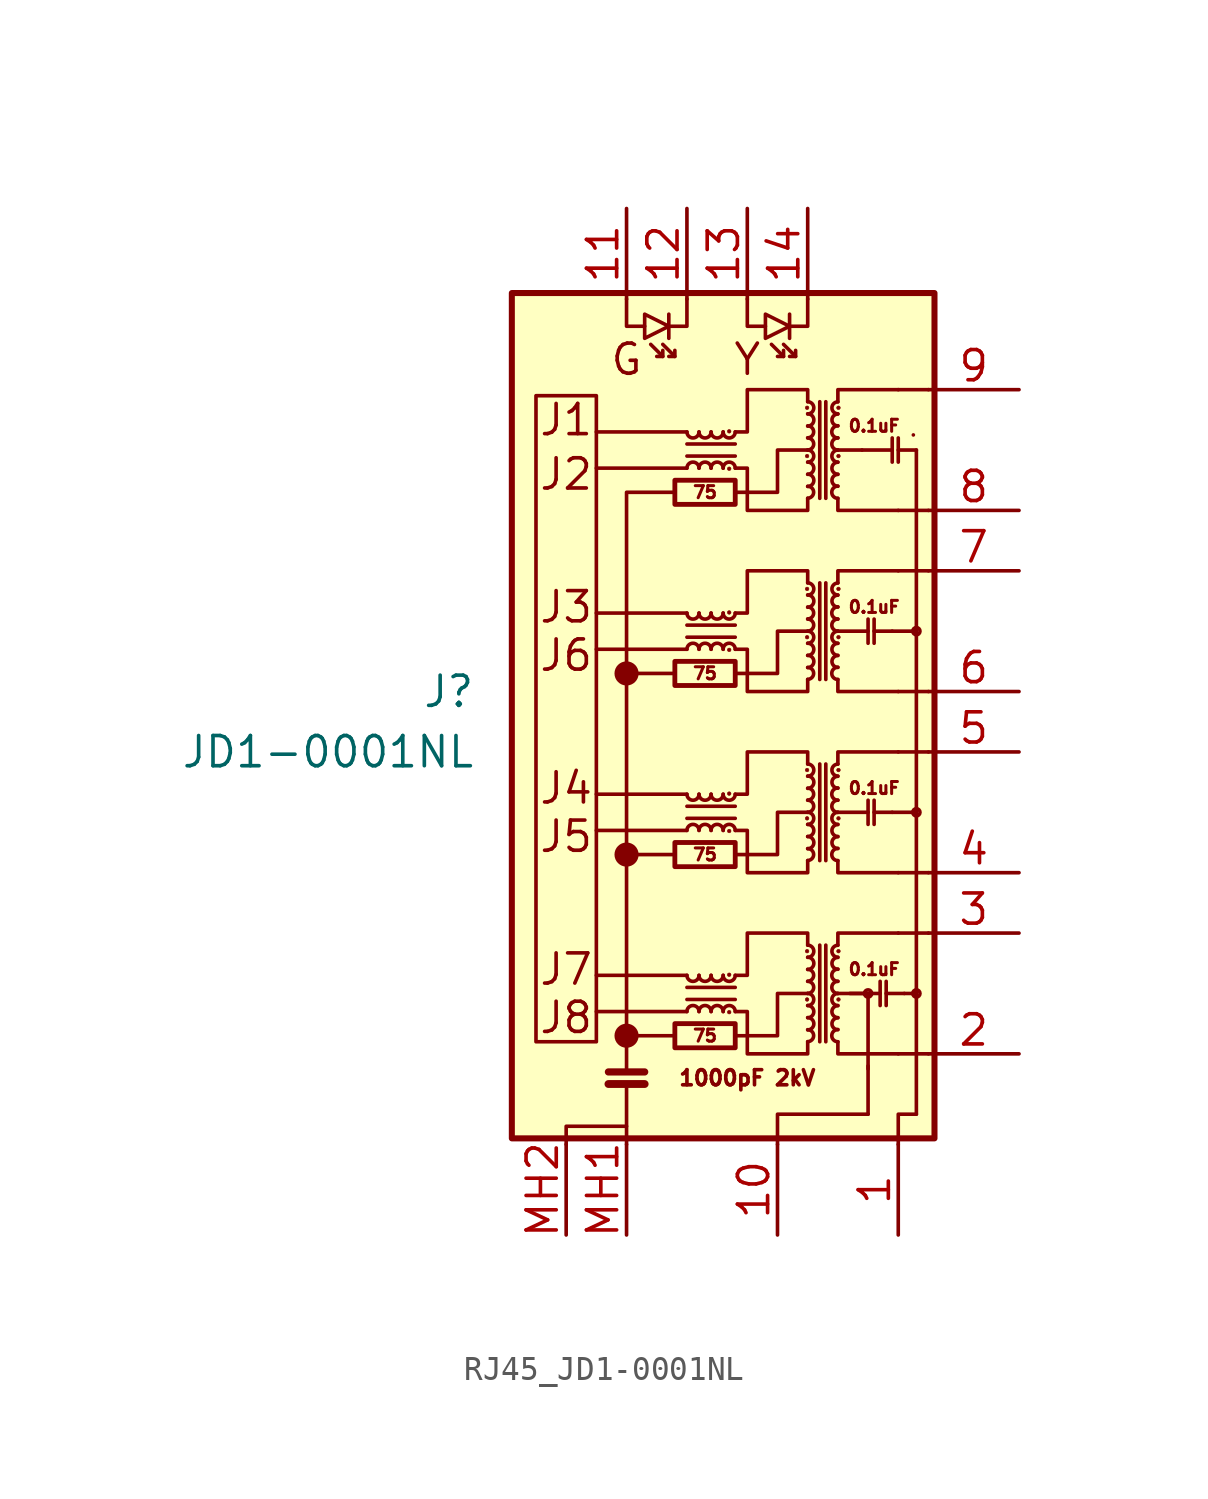
<source format=kicad_sym>
(kicad_symbol_lib
  (version 20231120)
  (generator "kicad_symbol_editor")
  (generator_version "8.0")
  (symbol "RJ45_JD1-0001NL"
    (pin_names hide)
    (property "Reference" "J"
      (at -8.89 2.54 0)
      (effects (font (size 1.27 1.27)) (justify right)))
    (property "Value" "JD1-0001NL"
      (at -8.89 0.0001 0)
      (effects (font (size 1.27 1.27)) (justify right)))
    (symbol "RJ45_JD1-0001NL_0_0"
      (circle (center -2.54 -11.938) (radius 0.0001) (stroke (width 0.508) (type default)) (fill (type none)))
      (circle (center -2.54 -4.318) (radius 0.0001) (stroke (width 0.508) (type default)) (fill (type none)))
      (circle (center -2.54 3.302) (radius 0.0001) (stroke (width 0.508) (type default)) (fill (type none)))
      (polyline (pts (xy -0.508 -11.938) (xy -2.54 -11.938)) (stroke (width 0) (type default)) (fill (type none)))
      (polyline (pts (xy 0 -10.922) (xy -3.81 -10.922)) (stroke (width 0) (type default)) (fill (type none)))
      (polyline (pts (xy 0 -9.398) (xy -3.81 -9.398)) (stroke (width 0) (type default)) (fill (type none)))
      (polyline (pts (xy 0 -3.302) (xy -3.81 -3.302)) (stroke (width 0) (type default)) (fill (type none)))
      (polyline (pts (xy 0 -1.778) (xy -3.81 -1.778)) (stroke (width 0) (type default)) (fill (type none)))
      (polyline (pts (xy 0 4.318) (xy -3.81 4.318)) (stroke (width 0) (type default)) (fill (type none)))
      (polyline (pts (xy 0 5.842) (xy -3.81 5.842)) (stroke (width 0) (type default)) (fill (type none)))
      (polyline (pts (xy 0 11.938) (xy -3.81 11.938)) (stroke (width 0) (type default)) (fill (type none)))
      (polyline (pts (xy 0 13.462) (xy -3.81 13.462)) (stroke (width 0) (type default)) (fill (type none)))
      (polyline (pts (xy 7.62 -10.16) (xy 6.35 -10.16)) (stroke (width 0) (type default)) (fill (type none)))
      (polyline (pts (xy 2.032 -11.938) (xy 3.81 -11.938) (xy 3.81 -10.16) (xy 5.08 -10.16)) (stroke (width 0) (type default)) (fill (type none)))
      (polyline (pts (xy 2.032 -4.318) (xy 3.81 -4.318) (xy 3.81 -2.54) (xy 5.08 -2.54)) (stroke (width 0) (type default)) (fill (type none)))
      (polyline (pts (xy 2.032 3.302) (xy 3.81 3.302) (xy 3.81 5.08) (xy 5.08 5.08)) (stroke (width 0) (type default)) (fill (type none)))
      (polyline (pts (xy 2.032 10.922) (xy 3.81 10.922) (xy 3.81 12.7) (xy 5.08 12.7)) (stroke (width 0) (type default)) (fill (type none)))
      (text "1000pF 2kV" (at 2.54 -13.716 0) (effects (font (size 0.635 0.635))))
      (text "G" (at -2.54 16.51 0) (effects (font (size 1.27 1.27))))
      (text "Y" (at 2.54 16.51 0) (effects (font (size 1.27 1.27)))))
    (symbol "RJ45_JD1-0001NL_0_1"
      (rectangle (start -7.366 19.304) (end 10.414 -16.256) (stroke (width 0.254) (type default)) (fill (type background)))
      (rectangle (start -6.35 14.986) (end -3.81 -12.192) (stroke (width 0) (type default)) (fill (type none)))
      (rectangle (start -0.508 -12.446) (end 2.032 -11.43) (stroke (width 0.203) (type default)) (fill (type none)))
      (rectangle (start -0.508 -4.826) (end 2.032 -3.81) (stroke (width 0.203) (type default)) (fill (type none)))
      (rectangle (start -0.508 2.794) (end 2.032 3.81) (stroke (width 0.203) (type default)) (fill (type none)))
      (rectangle (start -0.508 10.414) (end 2.032 11.43) (stroke (width 0.203) (type default)) (fill (type none)))
      (arc (start 0 -9.398) (mid 0.254 -9.6509) (end 0.508 -9.398) (stroke (width 0) (type default)) (fill (type none)))
      (arc (start 0 -1.778) (mid 0.254 -2.0309) (end 0.508 -1.778) (stroke (width 0) (type default)) (fill (type none)))
      (polyline (pts (xy -3.302 -13.97) (xy -1.778 -13.97)) (stroke (width 0.33) (type default)) (fill (type none)))
      (polyline (pts (xy -3.302 -13.462) (xy -1.778 -13.462)) (stroke (width 0.305) (type default)) (fill (type none)))
      (polyline (pts (xy -2.54 -16.51) (xy -2.54 -13.97)) (stroke (width 0) (type default)) (fill (type none)))
      (polyline (pts (xy -2.54 3.302) (xy -0.508 3.302)) (stroke (width 0) (type default)) (fill (type none)))
      (polyline (pts (xy -1.016 16.637) (xy -1.524 17.145)) (stroke (width 0) (type default)) (fill (type none)))
      (polyline (pts (xy -0.762 18.415) (xy -0.762 17.399)) (stroke (width 0) (type default)) (fill (type none)))
      (polyline (pts (xy -0.508 -4.318) (xy -2.54 -4.318)) (stroke (width 0) (type default)) (fill (type none)))
      (polyline (pts (xy -0.508 16.637) (xy -1.016 17.145)) (stroke (width 0) (type default)) (fill (type none)))
      (polyline (pts (xy 0 -10.414) (xy 2.032 -10.414)) (stroke (width 0) (type default)) (fill (type none)))
      (polyline (pts (xy 0 -2.794) (xy 2.032 -2.794)) (stroke (width 0) (type default)) (fill (type none)))
      (polyline (pts (xy 0 4.826) (xy 2.032 4.826)) (stroke (width 0) (type default)) (fill (type none)))
      (polyline (pts (xy 0 12.446) (xy 2.032 12.446)) (stroke (width 0) (type default)) (fill (type none)))
      (polyline (pts (xy 2.032 -9.906) (xy 0 -9.906)) (stroke (width 0) (type default)) (fill (type none)))
      (polyline (pts (xy 2.032 -2.286) (xy 0 -2.286)) (stroke (width 0) (type default)) (fill (type none)))
      (polyline (pts (xy 2.032 5.334) (xy 0 5.334)) (stroke (width 0) (type default)) (fill (type none)))
      (polyline (pts (xy 2.032 12.954) (xy 0 12.954)) (stroke (width 0) (type default)) (fill (type none)))
      (polyline (pts (xy 4.064 16.637) (xy 3.556 17.145)) (stroke (width 0) (type default)) (fill (type none)))
      (polyline (pts (xy 4.318 18.415) (xy 4.318 17.399)) (stroke (width 0) (type default)) (fill (type none)))
      (polyline (pts (xy 4.572 16.637) (xy 4.064 17.145)) (stroke (width 0) (type default)) (fill (type none)))
      (polyline (pts (xy 5.588 -8.128) (xy 5.588 -12.192)) (stroke (width 0) (type default)) (fill (type none)))
      (polyline (pts (xy 5.588 -0.508) (xy 5.588 -4.572)) (stroke (width 0) (type default)) (fill (type none)))
      (polyline (pts (xy 5.588 7.112) (xy 5.588 3.048)) (stroke (width 0) (type default)) (fill (type none)))
      (polyline (pts (xy 5.588 14.732) (xy 5.588 10.668)) (stroke (width 0) (type default)) (fill (type none)))
      (polyline (pts (xy 5.842 -12.192) (xy 5.842 -8.128)) (stroke (width 0) (type default)) (fill (type none)))
      (polyline (pts (xy 5.842 -4.572) (xy 5.842 -0.508)) (stroke (width 0) (type default)) (fill (type none)))
      (polyline (pts (xy 5.842 3.048) (xy 5.842 7.112)) (stroke (width 0) (type default)) (fill (type none)))
      (polyline (pts (xy 5.842 10.668) (xy 5.842 14.732)) (stroke (width 0) (type default)) (fill (type none)))
      (polyline (pts (xy -2.54 -13.462) (xy -2.54 10.922) (xy -0.508 10.922)) (stroke (width 0) (type default)) (fill (type none)))
      (polyline (pts (xy -2.54 19.05) (xy -2.54 17.907) (xy -1.778 17.907)) (stroke (width 0) (type default)) (fill (type none)))
      (polyline (pts (xy -1.016 16.891) (xy -1.016 16.637) (xy -1.27 16.637)) (stroke (width 0) (type default)) (fill (type none)))
      (polyline (pts (xy -0.508 16.891) (xy -0.508 16.637) (xy -0.762 16.637)) (stroke (width 0) (type default)) (fill (type none)))
      (polyline (pts (xy 0 19.05) (xy 0 17.907) (xy -0.762 17.907)) (stroke (width 0) (type default)) (fill (type none)))
      (polyline (pts (xy 2.54 19.05) (xy 2.54 17.907) (xy 3.302 17.907)) (stroke (width 0) (type default)) (fill (type none)))
      (polyline (pts (xy 4.064 16.891) (xy 4.064 16.637) (xy 3.81 16.637)) (stroke (width 0) (type default)) (fill (type none)))
      (polyline (pts (xy 4.572 16.891) (xy 4.572 16.637) (xy 4.318 16.637)) (stroke (width 0) (type default)) (fill (type none)))
      (polyline (pts (xy 5.08 19.05) (xy 5.08 17.907) (xy 4.318 17.907)) (stroke (width 0) (type default)) (fill (type none)))
      (polyline (pts (xy 6.35 -12.192) (xy 6.35 -12.7) (xy 8.89 -12.7)) (stroke (width 0) (type default)) (fill (type none)))
      (polyline (pts (xy 6.35 -8.128) (xy 6.35 -7.62) (xy 8.89 -7.62)) (stroke (width 0) (type default)) (fill (type none)))
      (polyline (pts (xy 6.35 -4.572) (xy 6.35 -5.08) (xy 8.89 -5.08)) (stroke (width 0) (type default)) (fill (type none)))
      (polyline (pts (xy 6.35 -0.508) (xy 6.35 0) (xy 8.89 0)) (stroke (width 0) (type default)) (fill (type none)))
      (polyline (pts (xy 6.35 3.048) (xy 6.35 2.54) (xy 8.89 2.54)) (stroke (width 0) (type default)) (fill (type none)))
      (polyline (pts (xy 6.35 7.112) (xy 6.35 7.62) (xy 8.89 7.62)) (stroke (width 0) (type default)) (fill (type none)))
      (polyline (pts (xy 6.35 10.668) (xy 6.35 10.16) (xy 8.89 10.16)) (stroke (width 0) (type default)) (fill (type none)))
      (polyline (pts (xy 6.35 14.732) (xy 6.35 15.24) (xy 8.89 15.24)) (stroke (width 0) (type default)) (fill (type none)))
      (polyline (pts (xy -0.762 17.907) (xy -1.778 18.415) (xy -1.778 17.399) (xy -0.762 17.907)) (stroke (width 0) (type default)) (fill (type none)))
      (polyline (pts (xy 4.318 17.907) (xy 3.302 18.415) (xy 3.302 17.399) (xy 4.318 17.907)) (stroke (width 0) (type default)) (fill (type none)))
      (polyline (pts (xy 2.032 -9.398) (xy 2.54 -9.398) (xy 2.54 -7.62) (xy 5.08 -7.62) (xy 5.08 -8.128)) (stroke (width 0) (type default)) (fill (type none)))
      (polyline (pts (xy 2.032 -1.778) (xy 2.54 -1.778) (xy 2.54 0) (xy 5.08 0) (xy 5.08 -0.508)) (stroke (width 0) (type default)) (fill (type none)))
      (polyline (pts (xy 2.032 5.842) (xy 2.54 5.842) (xy 2.54 7.62) (xy 5.08 7.62) (xy 5.08 7.112)) (stroke (width 0) (type default)) (fill (type none)))
      (polyline (pts (xy 2.032 13.462) (xy 2.54 13.462) (xy 2.54 15.24) (xy 5.08 15.24) (xy 5.08 14.732)) (stroke (width 0) (type default)) (fill (type none)))
      (polyline (pts (xy 5.08 -12.192) (xy 5.08 -12.7) (xy 2.54 -12.7) (xy 2.54 -10.922) (xy 2.032 -10.922)) (stroke (width 0) (type default)) (fill (type none)))
      (polyline (pts (xy 5.08 -4.572) (xy 5.08 -5.08) (xy 2.54 -5.08) (xy 2.54 -3.302) (xy 2.032 -3.302)) (stroke (width 0) (type default)) (fill (type none)))
      (polyline (pts (xy 5.08 3.048) (xy 5.08 2.54) (xy 2.54 2.54) (xy 2.54 4.318) (xy 2.032 4.318)) (stroke (width 0) (type default)) (fill (type none)))
      (polyline (pts (xy 5.08 10.668) (xy 5.08 10.16) (xy 2.54 10.16) (xy 2.54 11.938) (xy 2.032 11.938)) (stroke (width 0) (type default)) (fill (type none)))
      (arc (start 0 5.842) (mid 0.254 5.5891) (end 0.508 5.842) (stroke (width 0) (type default)) (fill (type none)))
      (arc (start 0 13.462) (mid 0.254 13.2091) (end 0.508 13.462) (stroke (width 0) (type default)) (fill (type none)))
      (arc (start 0.508 -10.922) (mid 0.254 -10.6691) (end 0 -10.922) (stroke (width 0) (type default)) (fill (type none)))
      (arc (start 0.508 -9.398) (mid 0.762 -9.6509) (end 1.016 -9.398) (stroke (width 0) (type default)) (fill (type none)))
      (arc (start 0.508 -3.302) (mid 0.254 -3.0491) (end 0 -3.302) (stroke (width 0) (type default)) (fill (type none)))
      (arc (start 0.508 -1.778) (mid 0.762 -2.0309) (end 1.016 -1.778) (stroke (width 0) (type default)) (fill (type none)))
      (arc (start 0.508 4.318) (mid 0.254 4.5709) (end 0 4.318) (stroke (width 0) (type default)) (fill (type none)))
      (arc (start 0.508 5.842) (mid 0.762 5.5891) (end 1.016 5.842) (stroke (width 0) (type default)) (fill (type none)))
      (arc (start 0.508 11.938) (mid 0.254 12.1909) (end 0 11.938) (stroke (width 0) (type default)) (fill (type none)))
      (arc (start 0.508 13.462) (mid 0.762 13.2091) (end 1.016 13.462) (stroke (width 0) (type default)) (fill (type none)))
      (arc (start 1.016 -10.922) (mid 0.762 -10.6691) (end 0.508 -10.922) (stroke (width 0) (type default)) (fill (type none)))
      (arc (start 1.016 -9.398) (mid 1.27 -9.6509) (end 1.524 -9.398) (stroke (width 0) (type default)) (fill (type none)))
      (arc (start 1.016 -3.302) (mid 0.762 -3.0491) (end 0.508 -3.302) (stroke (width 0) (type default)) (fill (type none)))
      (arc (start 1.016 -1.778) (mid 1.27 -2.0309) (end 1.524 -1.778) (stroke (width 0) (type default)) (fill (type none)))
      (arc (start 1.016 4.318) (mid 0.762 4.5709) (end 0.508 4.318) (stroke (width 0) (type default)) (fill (type none)))
      (arc (start 1.016 5.842) (mid 1.27 5.5891) (end 1.524 5.842) (stroke (width 0) (type default)) (fill (type none)))
      (arc (start 1.016 11.938) (mid 0.762 12.1909) (end 0.508 11.938) (stroke (width 0) (type default)) (fill (type none)))
      (arc (start 1.016 13.462) (mid 1.27 13.2091) (end 1.524 13.462) (stroke (width 0) (type default)) (fill (type none)))
      (arc (start 1.524 -10.922) (mid 1.27 -10.6691) (end 1.016 -10.922) (stroke (width 0) (type default)) (fill (type none)))
      (arc (start 1.524 -9.398) (mid 1.778 -9.6509) (end 2.032 -9.398) (stroke (width 0) (type default)) (fill (type none)))
      (arc (start 1.524 -3.302) (mid 1.27 -3.0491) (end 1.016 -3.302) (stroke (width 0) (type default)) (fill (type none)))
      (arc (start 1.524 -1.778) (mid 1.778 -2.0309) (end 2.032 -1.778) (stroke (width 0) (type default)) (fill (type none)))
      (arc (start 1.524 4.318) (mid 1.27 4.5709) (end 1.016 4.318) (stroke (width 0) (type default)) (fill (type none)))
      (arc (start 1.524 5.842) (mid 1.778 5.5891) (end 2.032 5.842) (stroke (width 0) (type default)) (fill (type none)))
      (arc (start 1.524 11.938) (mid 1.27 12.1909) (end 1.016 11.938) (stroke (width 0) (type default)) (fill (type none)))
      (arc (start 1.524 13.462) (mid 1.778 13.2091) (end 2.032 13.462) (stroke (width 0) (type default)) (fill (type none)))
      (circle (center 1.778 -10.947) (radius 0.076) (stroke (width 0.025) (type default)) (fill (type outline)))
      (circle (center 1.778 -9.373) (radius 0.076) (stroke (width 0.025) (type default)) (fill (type outline)))
      (circle (center 1.778 -3.327) (radius 0.076) (stroke (width 0.025) (type default)) (fill (type outline)))
      (circle (center 1.778 -1.753) (radius 0.076) (stroke (width 0.025) (type default)) (fill (type outline)))
      (circle (center 1.778 4.293) (radius 0.076) (stroke (width 0.025) (type default)) (fill (type outline)))
      (circle (center 1.778 5.867) (radius 0.076) (stroke (width 0.025) (type default)) (fill (type outline)))
      (circle (center 1.778 11.913) (radius 0.076) (stroke (width 0.025) (type default)) (fill (type outline)))
      (circle (center 1.778 13.487) (radius 0.076) (stroke (width 0.025) (type default)) (fill (type outline)))
      (arc (start 2.032 -10.922) (mid 1.778 -10.6691) (end 1.524 -10.922) (stroke (width 0) (type default)) (fill (type none)))
      (arc (start 2.032 -3.302) (mid 1.778 -3.0491) (end 1.524 -3.302) (stroke (width 0) (type default)) (fill (type none)))
      (arc (start 2.032 4.318) (mid 1.778 4.5709) (end 1.524 4.318) (stroke (width 0) (type default)) (fill (type none)))
      (arc (start 2.032 11.938) (mid 1.778 12.1909) (end 1.524 11.938) (stroke (width 0) (type default)) (fill (type none)))
      (circle (center 5.055 -10.414) (radius 0.076) (stroke (width 0.025) (type default)) (fill (type outline)))
      (circle (center 5.055 -8.382) (radius 0.076) (stroke (width 0.025) (type default)) (fill (type outline)))
      (circle (center 5.055 -2.794) (radius 0.076) (stroke (width 0.025) (type default)) (fill (type outline)))
      (circle (center 5.055 -0.762) (radius 0.076) (stroke (width 0.025) (type default)) (fill (type outline)))
      (circle (center 5.055 4.826) (radius 0.076) (stroke (width 0.025) (type default)) (fill (type outline)))
      (circle (center 5.055 6.858) (radius 0.076) (stroke (width 0.025) (type default)) (fill (type outline)))
      (circle (center 5.055 12.446) (radius 0.076) (stroke (width 0.025) (type default)) (fill (type outline)))
      (circle (center 5.055 14.478) (radius 0.076) (stroke (width 0.025) (type default)) (fill (type outline)))
      (arc (start 5.08 -12.192) (mid 5.3329 -11.938) (end 5.08 -11.684) (stroke (width 0) (type default)) (fill (type none)))
      (arc (start 5.08 -11.684) (mid 5.3328 -11.43) (end 5.08 -11.176) (stroke (width 0) (type default)) (fill (type none)))
      (arc (start 5.08 -11.176) (mid 5.3329 -10.922) (end 5.08 -10.668) (stroke (width 0) (type default)) (fill (type none)))
      (arc (start 5.08 -10.668) (mid 5.3329 -10.414) (end 5.08 -10.16) (stroke (width 0) (type default)) (fill (type none)))
      (arc (start 5.08 -10.16) (mid 5.3329 -9.906) (end 5.08 -9.652) (stroke (width 0) (type default)) (fill (type none)))
      (arc (start 5.08 -9.652) (mid 5.3329 -9.398) (end 5.08 -9.144) (stroke (width 0) (type default)) (fill (type none)))
      (arc (start 5.08 -9.144) (mid 5.3328 -8.89) (end 5.08 -8.636) (stroke (width 0) (type default)) (fill (type none)))
      (arc (start 5.08 -8.636) (mid 5.3329 -8.382) (end 5.08 -8.128) (stroke (width 0) (type default)) (fill (type none)))
      (arc (start 5.08 -4.572) (mid 5.3329 -4.318) (end 5.08 -4.064) (stroke (width 0) (type default)) (fill (type none)))
      (arc (start 5.08 -4.064) (mid 5.3328 -3.81) (end 5.08 -3.556) (stroke (width 0) (type default)) (fill (type none)))
      (arc (start 5.08 -3.556) (mid 5.3329 -3.302) (end 5.08 -3.048) (stroke (width 0) (type default)) (fill (type none)))
      (arc (start 5.08 -3.048) (mid 5.3329 -2.794) (end 5.08 -2.54) (stroke (width 0) (type default)) (fill (type none)))
      (arc (start 5.08 -2.54) (mid 5.3329 -2.286) (end 5.08 -2.032) (stroke (width 0) (type default)) (fill (type none)))
      (arc (start 5.08 -2.032) (mid 5.3329 -1.778) (end 5.08 -1.524) (stroke (width 0) (type default)) (fill (type none)))
      (arc (start 5.08 -1.524) (mid 5.3328 -1.27) (end 5.08 -1.016) (stroke (width 0) (type default)) (fill (type none)))
      (arc (start 5.08 -1.016) (mid 5.3329 -0.762) (end 5.08 -0.508) (stroke (width 0) (type default)) (fill (type none)))
      (arc (start 5.08 3.048) (mid 5.3329 3.302) (end 5.08 3.556) (stroke (width 0) (type default)) (fill (type none)))
      (arc (start 5.08 3.556) (mid 5.3328 3.81) (end 5.08 4.064) (stroke (width 0) (type default)) (fill (type none)))
      (arc (start 5.08 4.064) (mid 5.3329 4.318) (end 5.08 4.572) (stroke (width 0) (type default)) (fill (type none)))
      (arc (start 5.08 4.572) (mid 5.3329 4.826) (end 5.08 5.08) (stroke (width 0) (type default)) (fill (type none)))
      (arc (start 5.08 5.08) (mid 5.3329 5.334) (end 5.08 5.588) (stroke (width 0) (type default)) (fill (type none)))
      (arc (start 5.08 5.588) (mid 5.3329 5.842) (end 5.08 6.096) (stroke (width 0) (type default)) (fill (type none)))
      (arc (start 5.08 6.096) (mid 5.3328 6.35) (end 5.08 6.604) (stroke (width 0) (type default)) (fill (type none)))
      (arc (start 5.08 6.604) (mid 5.3329 6.858) (end 5.08 7.112) (stroke (width 0) (type default)) (fill (type none)))
      (arc (start 5.08 10.668) (mid 5.3329 10.922) (end 5.08 11.176) (stroke (width 0) (type default)) (fill (type none)))
      (arc (start 5.08 11.176) (mid 5.3328 11.43) (end 5.08 11.684) (stroke (width 0) (type default)) (fill (type none)))
      (arc (start 5.08 11.684) (mid 5.3329 11.938) (end 5.08 12.192) (stroke (width 0) (type default)) (fill (type none)))
      (arc (start 5.08 12.192) (mid 5.3329 12.446) (end 5.08 12.7) (stroke (width 0) (type default)) (fill (type none)))
      (arc (start 5.08 12.7) (mid 5.3329 12.954) (end 5.08 13.208) (stroke (width 0) (type default)) (fill (type none)))
      (arc (start 5.08 13.208) (mid 5.3329 13.462) (end 5.08 13.716) (stroke (width 0) (type default)) (fill (type none)))
      (arc (start 5.08 13.716) (mid 5.3328 13.97) (end 5.08 14.224) (stroke (width 0) (type default)) (fill (type none)))
      (arc (start 5.08 14.224) (mid 5.3329 14.478) (end 5.08 14.732) (stroke (width 0) (type default)) (fill (type none)))
      (arc (start 6.35 -11.684) (mid 6.0971 -11.938) (end 6.35 -12.192) (stroke (width 0) (type default)) (fill (type none)))
      (arc (start 6.35 -11.176) (mid 6.0971 -11.43) (end 6.35 -11.684) (stroke (width 0) (type default)) (fill (type none)))
      (arc (start 6.35 -10.668) (mid 6.0971 -10.922) (end 6.35 -11.176) (stroke (width 0) (type default)) (fill (type none)))
      (arc (start 6.35 -10.16) (mid 6.0971 -10.414) (end 6.35 -10.668) (stroke (width 0) (type default)) (fill (type none)))
      (arc (start 6.35 -9.652) (mid 6.0971 -9.906) (end 6.35 -10.16) (stroke (width 0) (type default)) (fill (type none)))
      (arc (start 6.35 -9.144) (mid 6.0971 -9.398) (end 6.35 -9.652) (stroke (width 0) (type default)) (fill (type none)))
      (arc (start 6.35 -8.636) (mid 6.0971 -8.89) (end 6.35 -9.144) (stroke (width 0) (type default)) (fill (type none)))
      (arc (start 6.35 -8.128) (mid 6.0971 -8.382) (end 6.35 -8.636) (stroke (width 0) (type default)) (fill (type none)))
      (arc (start 6.35 -4.064) (mid 6.0971 -4.318) (end 6.35 -4.572) (stroke (width 0) (type default)) (fill (type none)))
      (arc (start 6.35 -3.556) (mid 6.0971 -3.81) (end 6.35 -4.064) (stroke (width 0) (type default)) (fill (type none)))
      (arc (start 6.35 -3.048) (mid 6.0971 -3.302) (end 6.35 -3.556) (stroke (width 0) (type default)) (fill (type none)))
      (arc (start 6.35 -2.54) (mid 6.0971 -2.794) (end 6.35 -3.048) (stroke (width 0) (type default)) (fill (type none)))
      (arc (start 6.35 -2.032) (mid 6.0971 -2.286) (end 6.35 -2.54) (stroke (width 0) (type default)) (fill (type none)))
      (arc (start 6.35 -1.524) (mid 6.0971 -1.778) (end 6.35 -2.032) (stroke (width 0) (type default)) (fill (type none)))
      (arc (start 6.35 -1.016) (mid 6.0971 -1.27) (end 6.35 -1.524) (stroke (width 0) (type default)) (fill (type none)))
      (arc (start 6.35 -0.508) (mid 6.0971 -0.762) (end 6.35 -1.016) (stroke (width 0) (type default)) (fill (type none)))
      (arc (start 6.35 3.556) (mid 6.0971 3.302) (end 6.35 3.048) (stroke (width 0) (type default)) (fill (type none)))
      (arc (start 6.35 4.064) (mid 6.0971 3.81) (end 6.35 3.556) (stroke (width 0) (type default)) (fill (type none)))
      (arc (start 6.35 4.572) (mid 6.0971 4.318) (end 6.35 4.064) (stroke (width 0) (type default)) (fill (type none)))
      (arc (start 6.35 5.08) (mid 6.0971 4.826) (end 6.35 4.572) (stroke (width 0) (type default)) (fill (type none)))
      (arc (start 6.35 5.588) (mid 6.0971 5.334) (end 6.35 5.08) (stroke (width 0) (type default)) (fill (type none)))
      (arc (start 6.35 6.096) (mid 6.0971 5.842) (end 6.35 5.588) (stroke (width 0) (type default)) (fill (type none)))
      (arc (start 6.35 6.604) (mid 6.0971 6.35) (end 6.35 6.096) (stroke (width 0) (type default)) (fill (type none)))
      (arc (start 6.35 7.112) (mid 6.0971 6.858) (end 6.35 6.604) (stroke (width 0) (type default)) (fill (type none)))
      (arc (start 6.35 11.176) (mid 6.0971 10.922) (end 6.35 10.668) (stroke (width 0) (type default)) (fill (type none)))
      (arc (start 6.35 11.684) (mid 6.0971 11.43) (end 6.35 11.176) (stroke (width 0) (type default)) (fill (type none)))
      (arc (start 6.35 12.192) (mid 6.0971 11.938) (end 6.35 11.684) (stroke (width 0) (type default)) (fill (type none)))
      (arc (start 6.35 12.7) (mid 6.0971 12.446) (end 6.35 12.192) (stroke (width 0) (type default)) (fill (type none)))
      (arc (start 6.35 13.208) (mid 6.0971 12.954) (end 6.35 12.7) (stroke (width 0) (type default)) (fill (type none)))
      (arc (start 6.35 13.716) (mid 6.0971 13.462) (end 6.35 13.208) (stroke (width 0) (type default)) (fill (type none)))
      (arc (start 6.35 14.224) (mid 6.0971 13.97) (end 6.35 13.716) (stroke (width 0) (type default)) (fill (type none)))
      (arc (start 6.35 14.732) (mid 6.0971 14.478) (end 6.35 14.224) (stroke (width 0) (type default)) (fill (type none)))
      (circle (center 6.375 -10.414) (radius 0.076) (stroke (width 0.025) (type default)) (fill (type outline)))
      (circle (center 6.375 -8.382) (radius 0.076) (stroke (width 0.025) (type default)) (fill (type outline)))
      (circle (center 6.375 -2.794) (radius 0.076) (stroke (width 0.025) (type default)) (fill (type outline)))
      (circle (center 6.375 -0.762) (radius 0.076) (stroke (width 0.025) (type default)) (fill (type outline)))
      (circle (center 6.375 4.826) (radius 0.076) (stroke (width 0.025) (type default)) (fill (type outline)))
      (circle (center 6.375 6.858) (radius 0.076) (stroke (width 0.025) (type default)) (fill (type outline)))
      (circle (center 6.375 12.446) (radius 0.076) (stroke (width 0.025) (type default)) (fill (type outline)))
      (circle (center 6.375 14.478) (radius 0.076) (stroke (width 0.025) (type default)) (fill (type outline))))
    (symbol "RJ45_JD1-0001NL_1_0"
      (polyline (pts (xy 6.35 -2.54) (xy 7.62 -2.54)) (stroke (width 0) (type default)) (fill (type none)))
      (polyline (pts (xy 6.35 5.08) (xy 7.62 5.08)) (stroke (width 0) (type default)) (fill (type none)))
      (polyline (pts (xy 6.858 -10.16) (xy 8.128 -10.16)) (stroke (width 0) (type default)) (fill (type none)))
      (polyline (pts (xy 7.366 12.7) (xy 6.35 12.7)) (stroke (width 0) (type default)) (fill (type none)))
      (polyline (pts (xy 7.366 12.7) (xy 8.636 12.7)) (stroke (width 0) (type default)) (fill (type none)))
      (polyline (pts (xy 7.62 -13.208) (xy 7.62 -15.24)) (stroke (width 0) (type default)) (fill (type none)))
      (polyline (pts (xy 7.62 -10.16) (xy 7.62 -13.335)) (stroke (width 0) (type default)) (fill (type none)))
      (polyline (pts (xy 7.62 -2.032) (xy 7.62 -3.048)) (stroke (width 0) (type default)) (fill (type none)))
      (polyline (pts (xy 7.62 5.588) (xy 7.62 4.572)) (stroke (width 0) (type default)) (fill (type none)))
      (polyline (pts (xy 7.874 -3.048) (xy 7.874 -2.032)) (stroke (width 0) (type default)) (fill (type none)))
      (polyline (pts (xy 7.874 4.572) (xy 7.874 5.588)) (stroke (width 0) (type default)) (fill (type none)))
      (polyline (pts (xy 8.128 -9.652) (xy 8.128 -10.668)) (stroke (width 0) (type default)) (fill (type none)))
      (polyline (pts (xy 8.382 -10.668) (xy 8.382 -9.652)) (stroke (width 0) (type default)) (fill (type none)))
      (polyline (pts (xy 8.636 -2.54) (xy 7.874 -2.54)) (stroke (width 0) (type default)) (fill (type none)))
      (polyline (pts (xy 8.636 -2.54) (xy 9.652 -2.54)) (stroke (width 0) (type default)) (fill (type none)))
      (polyline (pts (xy 8.636 5.08) (xy 7.874 5.08)) (stroke (width 0) (type default)) (fill (type none)))
      (polyline (pts (xy 8.636 5.08) (xy 9.652 5.08)) (stroke (width 0) (type default)) (fill (type none)))
      (polyline (pts (xy 8.636 13.208) (xy 8.636 12.192)) (stroke (width 0) (type default)) (fill (type none)))
      (polyline (pts (xy 8.89 -12.7) (xy 10.16 -12.7)) (stroke (width 0) (type default)) (fill (type none)))
      (polyline (pts (xy 8.89 -7.62) (xy 10.16 -7.62)) (stroke (width 0) (type default)) (fill (type none)))
      (polyline (pts (xy 8.89 -5.08) (xy 10.16 -5.08)) (stroke (width 0) (type default)) (fill (type none)))
      (polyline (pts (xy 8.89 0) (xy 10.16 0)) (stroke (width 0) (type default)) (fill (type none)))
      (polyline (pts (xy 8.89 2.54) (xy 10.16 2.54)) (stroke (width 0) (type default)) (fill (type none)))
      (polyline (pts (xy 8.89 7.62) (xy 10.16 7.62)) (stroke (width 0) (type default)) (fill (type none)))
      (polyline (pts (xy 8.89 10.16) (xy 10.16 10.16)) (stroke (width 0) (type default)) (fill (type none)))
      (polyline (pts (xy 8.89 12.192) (xy 8.89 13.208)) (stroke (width 0) (type default)) (fill (type none)))
      (polyline (pts (xy 8.89 15.24) (xy 10.16 15.24)) (stroke (width 0) (type default)) (fill (type none)))
      (polyline (pts (xy 9.144 -10.16) (xy 8.382 -10.16)) (stroke (width 0) (type default)) (fill (type none)))
      (polyline (pts (xy 9.144 -10.16) (xy 9.652 -10.16)) (stroke (width 0) (type default)) (fill (type none)))
      (polyline (pts (xy 9.525 13.335) (xy 9.525 13.335)) (stroke (width 0) (type default)) (fill (type none)))
      (polyline (pts (xy 9.652 12.7) (xy 8.89 12.7)) (stroke (width 0) (type default)) (fill (type none)))
      (polyline (pts (xy 9.652 12.7) (xy 9.652 -15.24)) (stroke (width 0) (type default)) (fill (type none)))
      (polyline (pts (xy -5.08 -16.51) (xy -5.08 -15.748) (xy -2.54 -15.748)) (stroke (width 0) (type default)) (fill (type none)))
      (polyline (pts (xy 7.62 -15.24) (xy 3.81 -15.24) (xy 3.81 -16.51)) (stroke (width 0) (type default)) (fill (type none)))
      (polyline (pts (xy 8.89 -16.51) (xy 8.89 -15.24) (xy 9.652 -15.24)) (stroke (width 0) (type default)) (fill (type none)))
      (circle (center 7.62 -10.16) (radius 0.076) (stroke (width 0) (type default)) (fill (type none)))
      (circle (center 9.652 -10.16) (radius 0.076) (stroke (width 0) (type default)) (fill (type none)))
      (circle (center 9.652 -2.54) (radius 0.076) (stroke (width 0) (type default)) (fill (type none)))
      (circle (center 9.652 5.08) (radius 0.076) (stroke (width 0) (type default)) (fill (type none)))
      (text "0.1uF" (at 7.874 -9.144 0) (effects (font (size 0.508 0.508))))
      (text "0.1uF" (at 7.874 -1.524 0) (effects (font (size 0.508 0.508))))
      (text "0.1uF" (at 7.874 6.096 0) (effects (font (size 0.508 0.508))))
      (text "0.1uF" (at 7.874 13.716 0) (effects (font (size 0.508 0.508))))
      (text "75" (at 0.762 -11.938 0) (effects (font (size 0.508 0.508))))
      (text "75" (at 0.762 -4.318 0) (effects (font (size 0.508 0.508))))
      (text "75" (at 0.762 3.302 0) (effects (font (size 0.508 0.508))))
      (text "75" (at 0.762 10.922 0) (effects (font (size 0.508 0.508))))
      (text "J1" (at -5.08 13.97 0) (effects (font (size 1.27 1.27))))
      (text "J2" (at -5.08 11.684 0) (effects (font (size 1.27 1.27))))
      (text "J3" (at -5.08 6.096 0) (effects (font (size 1.27 1.27))))
      (text "J4" (at -5.08 -1.524 0) (effects (font (size 1.27 1.27))))
      (text "J5" (at -5.08 -3.556 0) (effects (font (size 1.27 1.27))))
      (text "J6" (at -5.08 4.064 0) (effects (font (size 1.27 1.27))))
      (text "J7" (at -5.08 -9.144 0) (effects (font (size 1.27 1.27))))
      (text "J8" (at -5.08 -11.176 0) (effects (font (size 1.27 1.27)))))
    (symbol "RJ45_JD1-0001NL_1_1"
      (pin passive line (at 8.89 -20.32 90) (length 3.81) (name "CTCAP" (effects (font (size 1.27 1.27)))) (number "1" (effects (font (size 1.27 1.27)))))
      (pin passive line (at 3.81 -20.32 90) (length 3.81) (name "CT10" (effects (font (size 1.27 1.27)))) (number "10" (effects (font (size 1.27 1.27)))))
      (pin passive line (at -2.54 22.86 270) (length 3.81) (name "GLED_A" (effects (font (size 1.27 1.27)))) (number "11" (effects (font (size 1.27 1.27)))))
      (pin passive line (at 0 22.86 270) (length 3.81) (name "GLED_C" (effects (font (size 1.27 1.27)))) (number "12" (effects (font (size 1.27 1.27)))))
      (pin passive line (at 2.54 22.86 270) (length 3.81) (name "YLED_A" (effects (font (size 1.27 1.27)))) (number "13" (effects (font (size 1.27 1.27)))))
      (pin passive line (at 5.08 22.86 270) (length 3.81) (name "YLED_C" (effects (font (size 1.27 1.27)))) (number "14" (effects (font (size 1.27 1.27)))))
      (pin passive line (at 13.97 -12.7 180) (length 3.81) (name "TD4-" (effects (font (size 1.27 1.27)))) (number "2" (effects (font (size 1.27 1.27)))))
      (pin passive line (at 13.97 -7.62 180) (length 3.81) (name "TD4+" (effects (font (size 1.27 1.27)))) (number "3" (effects (font (size 1.27 1.27)))))
      (pin passive line (at 13.97 -5.08 180) (length 3.81) (name "TD3-" (effects (font (size 1.27 1.27)))) (number "4" (effects (font (size 1.27 1.27)))))
      (pin passive line (at 13.97 0 180) (length 3.81) (name "TD3+" (effects (font (size 1.27 1.27)))) (number "5" (effects (font (size 1.27 1.27)))))
      (pin passive line (at 13.97 2.54 180) (length 3.81) (name "TD2-" (effects (font (size 1.27 1.27)))) (number "6" (effects (font (size 1.27 1.27)))))
      (pin passive line (at 13.97 7.62 180) (length 3.81) (name "TD2+" (effects (font (size 1.27 1.27)))) (number "7" (effects (font (size 1.27 1.27)))))
      (pin passive line (at 13.97 10.16 180) (length 3.81) (name "TD1-" (effects (font (size 1.27 1.27)))) (number "8" (effects (font (size 1.27 1.27)))))
      (pin passive line (at 13.97 15.24 180) (length 3.81) (name "TD1+" (effects (font (size 1.27 1.27)))) (number "9" (effects (font (size 1.27 1.27)))))
      (pin passive line (at -2.54 -20.32 90) (length 3.81) (name "MH1" (effects (font (size 1.27 1.27)))) (number "MH1" (effects (font (size 1.27 1.27)))))
      (pin passive line (at -5.08 -20.32 90) (length 3.81) (name "MH2" (effects (font (size 1.27 1.27)))) (number "MH2" (effects (font (size 1.27 1.27))))))))
</source>
